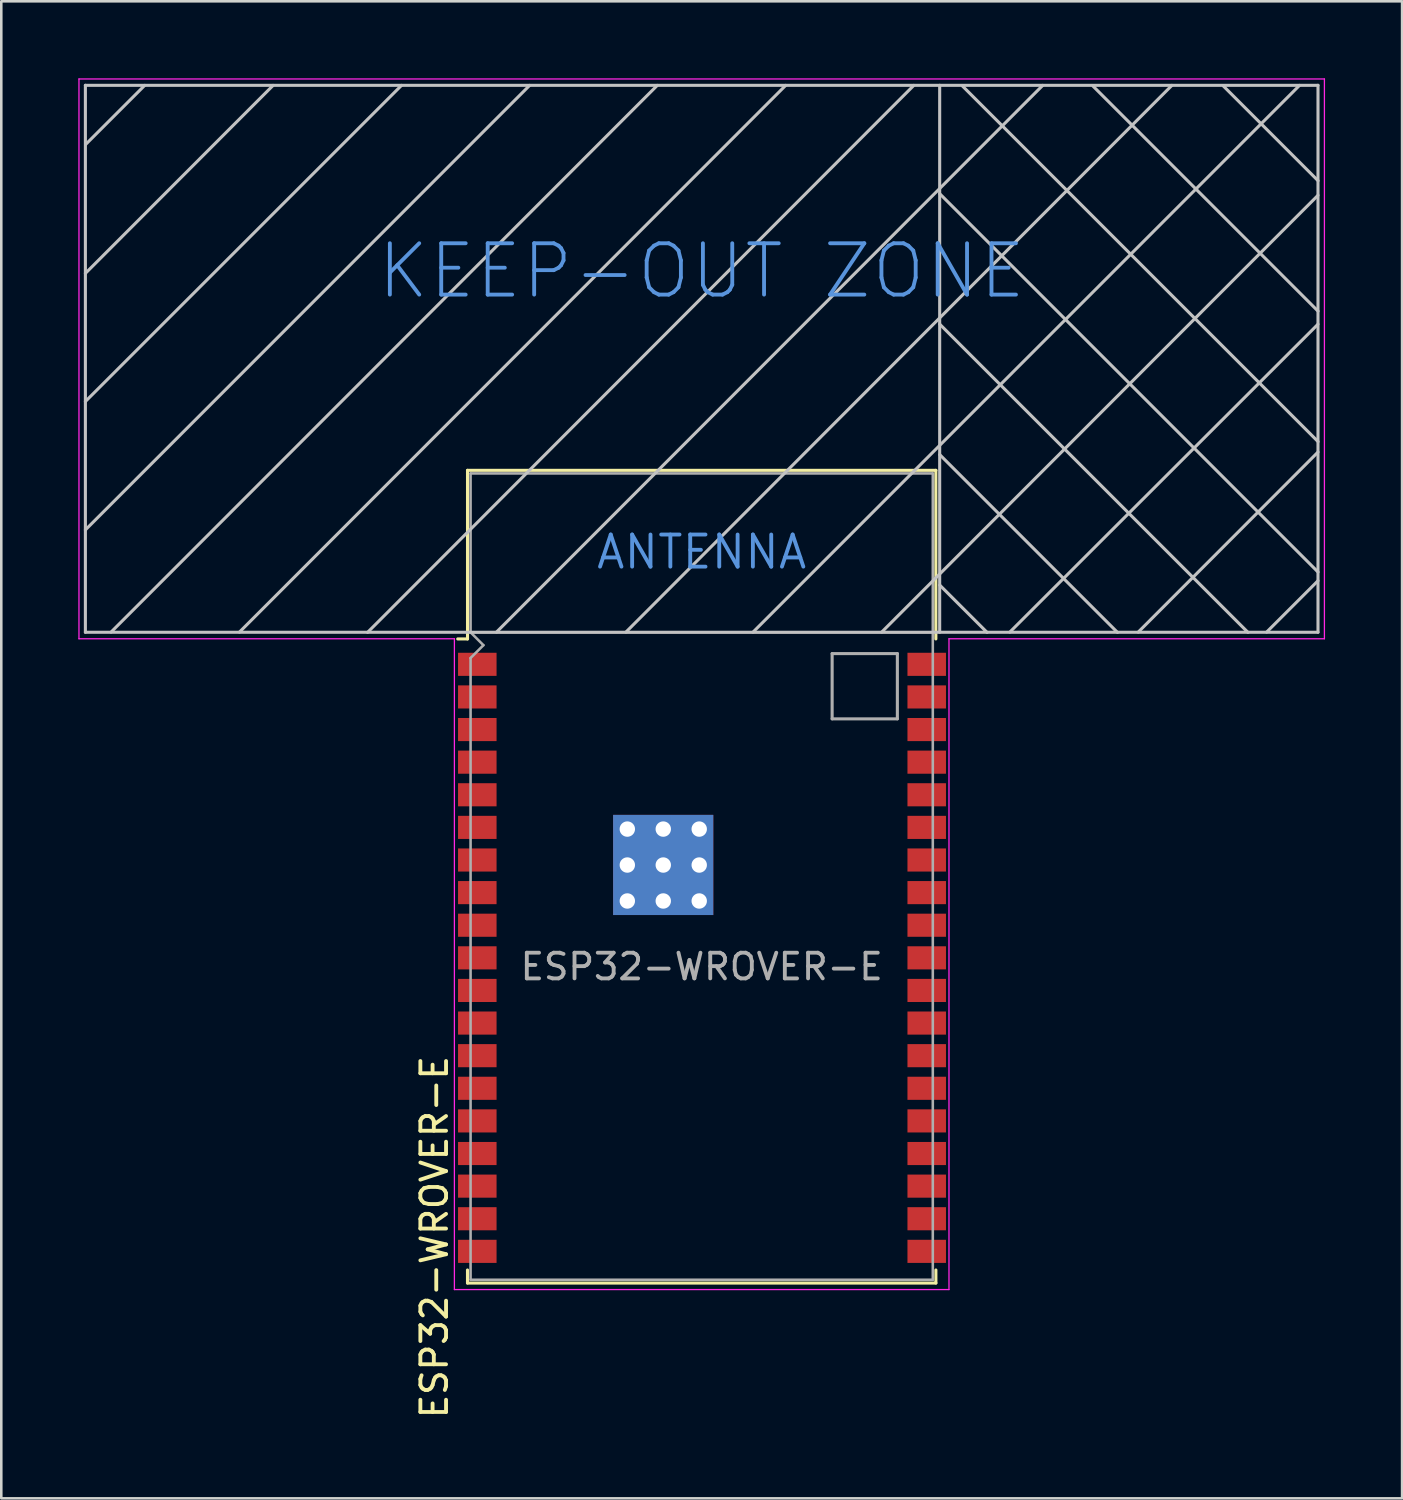
<source format=kicad_pcb>
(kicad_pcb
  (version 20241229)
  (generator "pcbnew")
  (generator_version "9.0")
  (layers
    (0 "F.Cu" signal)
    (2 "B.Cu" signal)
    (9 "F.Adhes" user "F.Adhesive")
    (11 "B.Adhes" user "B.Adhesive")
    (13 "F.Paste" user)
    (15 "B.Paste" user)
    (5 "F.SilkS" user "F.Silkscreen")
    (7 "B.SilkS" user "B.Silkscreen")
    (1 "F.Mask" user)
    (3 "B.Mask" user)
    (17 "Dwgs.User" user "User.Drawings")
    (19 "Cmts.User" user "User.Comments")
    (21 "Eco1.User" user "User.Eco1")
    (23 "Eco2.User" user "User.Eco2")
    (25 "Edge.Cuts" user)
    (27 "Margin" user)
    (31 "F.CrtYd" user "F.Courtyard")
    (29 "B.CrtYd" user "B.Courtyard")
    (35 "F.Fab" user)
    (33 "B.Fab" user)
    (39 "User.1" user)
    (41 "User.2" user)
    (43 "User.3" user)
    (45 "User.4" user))
  (footprint "ESP32-WROVER-E"
    (layer "F.Cu")
    (at 24.275 34.595)
    (property "Reference" "ESP32-WROVER-E" (at -10.41 10.53 90) (layer "F.SilkS") (effects (font (size 1 1) (thickness 0.15))))
    (attr smd)
    (fp_line (start -9.12 11.811) (end -9.12 12.319) (stroke (width 0.12) (type solid)) (layer "F.SilkS"))
    (fp_line (start -9.12 12.319) (end 9.12 12.319) (stroke (width 0.12) (type solid)) (layer "F.SilkS"))
    (fp_line (start -9.119 -19.329) (end 9.119 -19.329) (stroke (width 0.12) (type solid)) (layer "F.SilkS"))
    (fp_line (start -9.119 -12.764) (end -9.5 -12.764) (stroke (width 0.12) (type solid)) (layer "F.SilkS"))
    (fp_line (start -9.119 -12.764) (end -9.119 -19.329) (stroke (width 0.12) (type solid)) (layer "F.SilkS"))
    (fp_line (start 9.119 -12.764) (end 9.119 -19.329) (stroke (width 0.12) (type solid)) (layer "F.SilkS"))
    (fp_line (start 9.12 11.811) (end 9.12 12.319) (stroke (width 0.12) (type solid)) (layer "F.SilkS"))
    (fp_line (start -24 -34.323) (end -24 -13.023) (stroke (width 0.12) (type solid)) (layer "Dwgs.User"))
    (fp_line (start -24 -34.323) (end 24 -34.323) (stroke (width 0.12) (type solid)) (layer "Dwgs.User"))
    (fp_line (start -24 -13.023) (end 24 -13.023) (stroke (width 0.12) (type solid)) (layer "Dwgs.User"))
    (fp_line (start -21.69 -34.32) (end -23.99 -32.02) (stroke (width 0.12) (type solid)) (layer "Dwgs.User"))
    (fp_line (start -16.69 -34.32) (end -24 -27) (stroke (width 0.12) (type solid)) (layer "Dwgs.User"))
    (fp_line (start -11.69 -34.32) (end -24 -22.01) (stroke (width 0.12) (type solid)) (layer "Dwgs.User"))
    (fp_line (start -6.7 -34.32) (end -24 -17.01) (stroke (width 0.12) (type solid)) (layer "Dwgs.User"))
    (fp_line (start -1.73 -34.32) (end -23 -13.03) (stroke (width 0.12) (type solid)) (layer "Dwgs.User"))
    (fp_line (start 3.27 -34.32) (end -18 -13.03) (stroke (width 0.12) (type solid)) (layer "Dwgs.User"))
    (fp_line (start 8.26 -34.32) (end -13.01 -13.02) (stroke (width 0.12) (type solid)) (layer "Dwgs.User"))
    (fp_line (start 9.268 -34.323) (end 9.268 -13.023) (stroke (width 0.12) (type solid)) (layer "Dwgs.User"))
    (fp_line (start 9.271 -25.019) (end 21.273 -13.018) (stroke (width 0.12) (type solid)) (layer "Dwgs.User"))
    (fp_line (start 9.271 -19.939) (end 16.192 -13.018) (stroke (width 0.12) (type solid)) (layer "Dwgs.User"))
    (fp_line (start 11.113 -13.018) (end 9.271 -14.859) (stroke (width 0.12) (type solid)) (layer "Dwgs.User"))
    (fp_line (start 13.28 -34.32) (end -7.99 -13.03) (stroke (width 0.12) (type solid)) (layer "Dwgs.User"))
    (fp_line (start 15.24 -34.29) (end 24.003 -25.527) (stroke (width 0.12) (type solid)) (layer "Dwgs.User"))
    (fp_line (start 18.31 -34.32) (end -2.95 -13.03) (stroke (width 0.12) (type solid)) (layer "Dwgs.User"))
    (fp_line (start 20.32 -34.29) (end 24.003 -30.607) (stroke (width 0.12) (type solid)) (layer "Dwgs.User"))
    (fp_line (start 23.28 -34.32) (end 2 -13.03) (stroke (width 0.12) (type solid)) (layer "Dwgs.User"))
    (fp_line (start 24 -34.323) (end 24 -13.023) (stroke (width 0.12) (type solid)) (layer "Dwgs.User"))
    (fp_line (start 24 -30.04) (end 7.01 -13.03) (stroke (width 0.12) (type solid)) (layer "Dwgs.User"))
    (fp_line (start 24 -25.02) (end 12 -13.03) (stroke (width 0.12) (type solid)) (layer "Dwgs.User"))
    (fp_line (start 24 -20.04) (end 17 -13.03) (stroke (width 0.12) (type solid)) (layer "Dwgs.User"))
    (fp_line (start 24 -15.03) (end 22 -13.03) (stroke (width 0.12) (type solid)) (layer "Dwgs.User"))
    (fp_line (start 24.003 -20.447) (end 10.16 -34.29) (stroke (width 0.12) (type solid)) (layer "Dwgs.User"))
    (fp_line (start 24.003 -15.367) (end 9.271 -30.099) (stroke (width 0.12) (type solid)) (layer "Dwgs.User"))
    (fp_line (start -24.25 -34.57) (end -24.25 -12.77) (stroke (width 0.05) (type solid)) (layer "F.CrtYd"))
    (fp_line (start -24.25 -12.77) (end -9.63 -12.77) (stroke (width 0.05) (type solid)) (layer "F.CrtYd"))
    (fp_line (start -9.63 -12.77) (end -9.63 12.573) (stroke (width 0.05) (type solid)) (layer "F.CrtYd"))
    (fp_line (start -9.63 12.573) (end 9.63 12.573) (stroke (width 0.05) (type solid)) (layer "F.CrtYd"))
    (fp_line (start 9.63 -12.77) (end 24.25 -12.77) (stroke (width 0.05) (type solid)) (layer "F.CrtYd"))
    (fp_line (start 9.63 12.573) (end 9.63 -12.77) (stroke (width 0.05) (type solid)) (layer "F.CrtYd"))
    (fp_line (start 24.25 -34.57) (end -24.25 -34.57) (stroke (width 0.05) (type solid)) (layer "F.CrtYd"))
    (fp_line (start 24.25 -12.77) (end 24.25 -34.57) (stroke (width 0.05) (type solid)) (layer "F.CrtYd"))
    (fp_line (start -9 -19.208) (end -9 -13.02) (stroke (width 0.1) (type solid)) (layer "F.Fab"))
    (fp_line (start -9 -19.208) (end 9 -19.208) (stroke (width 0.1) (type solid)) (layer "F.Fab"))
    (fp_line (start -9 -12.02) (end -9 12.192) (stroke (width 0.1) (type solid)) (layer "F.Fab"))
    (fp_line (start -9 -12.02) (end -8.5 -12.52) (stroke (width 0.1) (type solid)) (layer "F.Fab"))
    (fp_line (start -9 12.192) (end 9 12.192) (stroke (width 0.1) (type solid)) (layer "F.Fab"))
    (fp_line (start -8.5 -12.52) (end -9 -13.02) (stroke (width 0.1) (type solid)) (layer "F.Fab"))
    (fp_line (start 5.08 -12.192) (end 5.08 -9.652) (stroke (width 0.12) (type solid)) (layer "F.Fab"))
    (fp_line (start 5.08 -9.652) (end 7.62 -9.652) (stroke (width 0.12) (type solid)) (layer "F.Fab"))
    (fp_line (start 7.62 -12.192) (end 5.08 -12.192) (stroke (width 0.12) (type solid)) (layer "F.Fab"))
    (fp_line (start 7.62 -9.652) (end 7.62 -12.192) (stroke (width 0.12) (type solid)) (layer "F.Fab"))
    (fp_line (start 9 -19.208) (end 9 12.192) (stroke (width 0.1) (type solid)) (layer "F.Fab"))
    (fp_line (start 9 -13.023) (end -9 -13.023) (stroke (width 0.1) (type solid)) (layer "F.Fab"))
    (fp_text user "ANTENNA" (at 0 -16.15 0) (layer "Cmts.User") (effects (font (size 1.25 1.25) (thickness 0.15))))
    (fp_text user "KEEP-OUT ZONE" (at 0 -27.09 0) (layer "Cmts.User") (effects (font (size 2 2) (thickness 0.15))))
    (fp_text user "${REFERENCE}" (at 0 0 0) (layer "F.Fab") (effects (font (size 1 1) (thickness 0.15))))
    (pad "1" smd rect (at -8.738 -11.775) (size 1.5 0.9) (layers "F.Cu" "F.Mask" "F.Paste"))
    (pad "2" smd rect (at -8.738 -10.505) (size 1.5 0.9) (layers "F.Cu" "F.Mask" "F.Paste"))
    (pad "3" smd rect (at -8.738 -9.235) (size 1.5 0.9) (layers "F.Cu" "F.Mask" "F.Paste"))
    (pad "4" smd rect (at -8.738 -7.965) (size 1.5 0.9) (layers "F.Cu" "F.Mask" "F.Paste"))
    (pad "5" smd rect (at -8.738 -6.695) (size 1.5 0.9) (layers "F.Cu" "F.Mask" "F.Paste"))
    (pad "6" smd rect (at -8.738 -5.425) (size 1.5 0.9) (layers "F.Cu" "F.Mask" "F.Paste"))
    (pad "7" smd rect (at -8.738 -4.155) (size 1.5 0.9) (layers "F.Cu" "F.Mask" "F.Paste"))
    (pad "8" smd rect (at -8.738 -2.885) (size 1.5 0.9) (layers "F.Cu" "F.Mask" "F.Paste"))
    (pad "9" smd rect (at -8.738 -1.615) (size 1.5 0.9) (layers "F.Cu" "F.Mask" "F.Paste"))
    (pad "10" smd rect (at -8.738 -0.345) (size 1.5 0.9) (layers "F.Cu" "F.Mask" "F.Paste"))
    (pad "11" smd rect (at -8.738 0.925) (size 1.5 0.9) (layers "F.Cu" "F.Mask" "F.Paste"))
    (pad "12" smd rect (at -8.738 2.195) (size 1.5 0.9) (layers "F.Cu" "F.Mask" "F.Paste"))
    (pad "13" smd rect (at -8.738 3.465) (size 1.5 0.9) (layers "F.Cu" "F.Mask" "F.Paste"))
    (pad "14" smd rect (at -8.738 4.735) (size 1.5 0.9) (layers "F.Cu" "F.Mask" "F.Paste"))
    (pad "15" smd rect (at -8.738 6.005) (size 1.5 0.9) (layers "F.Cu" "F.Mask" "F.Paste"))
    (pad "16" smd rect (at -8.738 7.275) (size 1.5 0.9) (layers "F.Cu" "F.Mask" "F.Paste"))
    (pad "17" smd rect (at -8.738 8.545) (size 1.5 0.9) (layers "F.Cu" "F.Mask" "F.Paste"))
    (pad "18" smd rect (at -8.738 9.815) (size 1.5 0.9) (layers "F.Cu" "F.Mask" "F.Paste"))
    (pad "19" smd rect (at -8.738 11.085) (size 1.5 0.9) (layers "F.Cu" "F.Mask" "F.Paste"))
    (pad "20" smd rect (at 8.763 11.085) (size 1.5 0.9) (layers "F.Cu" "F.Mask" "F.Paste"))
    (pad "21" smd rect (at 8.763 9.815) (size 1.5 0.9) (layers "F.Cu" "F.Mask" "F.Paste"))
    (pad "22" smd rect (at 8.763 8.545) (size 1.5 0.9) (layers "F.Cu" "F.Mask" "F.Paste"))
    (pad "23" smd rect (at 8.763 7.275) (size 1.5 0.9) (layers "F.Cu" "F.Mask" "F.Paste"))
    (pad "24" smd rect (at 8.763 6.005) (size 1.5 0.9) (layers "F.Cu" "F.Mask" "F.Paste"))
    (pad "25" smd rect (at 8.763 4.735) (size 1.5 0.9) (layers "F.Cu" "F.Mask" "F.Paste"))
    (pad "26" smd rect (at 8.763 3.465) (size 1.5 0.9) (layers "F.Cu" "F.Mask" "F.Paste"))
    (pad "27" smd rect (at 8.763 2.195) (size 1.5 0.9) (layers "F.Cu" "F.Mask" "F.Paste"))
    (pad "28" smd rect (at 8.763 0.925) (size 1.5 0.9) (layers "F.Cu" "F.Mask" "F.Paste"))
    (pad "29" smd rect (at 8.763 -0.345) (size 1.5 0.9) (layers "F.Cu" "F.Mask" "F.Paste"))
    (pad "30" smd rect (at 8.763 -1.615) (size 1.5 0.9) (layers "F.Cu" "F.Mask" "F.Paste"))
    (pad "31" smd rect (at 8.763 -2.885) (size 1.5 0.9) (layers "F.Cu" "F.Mask" "F.Paste"))
    (pad "32" smd rect (at 8.763 -4.155) (size 1.5 0.9) (layers "F.Cu" "F.Mask" "F.Paste"))
    (pad "33" smd rect (at 8.763 -5.425) (size 1.5 0.9) (layers "F.Cu" "F.Mask" "F.Paste"))
    (pad "34" smd rect (at 8.763 -6.695) (size 1.5 0.9) (layers "F.Cu" "F.Mask" "F.Paste"))
    (pad "35" smd rect (at 8.763 -7.965) (size 1.5 0.9) (layers "F.Cu" "F.Mask" "F.Paste"))
    (pad "36" smd rect (at 8.763 -9.235) (size 1.5 0.9) (layers "F.Cu" "F.Mask" "F.Paste"))
    (pad "37" smd rect (at 8.763 -10.505) (size 1.5 0.9) (layers "F.Cu" "F.Mask" "F.Paste"))
    (pad "38" smd rect (at 8.763 -11.775) (size 1.5 0.9) (layers "F.Cu" "F.Mask" "F.Paste"))
    (pad "39" thru_hole rect (at -2.896 -5.359) (size 1 1) (drill 0.6) (layers "*.Cu" "*.Mask"))
    (pad "39" thru_hole rect (at -2.896 -3.959) (size 1 1) (drill 0.6) (layers "*.Cu" "*.Mask"))
    (pad "39" thru_hole rect (at -2.896 -2.559) (size 1 1) (drill 0.6) (layers "*.Cu" "*.Mask"))
    (pad "39" smd rect (at -1.499 -3.962) (size 3.9 3.9) (layers "F.Cu"))
    (pad "39" smd rect (at -1.499 -3.962) (size 3.9 3.9) (layers "B.Cu" "B.Mask"))
    (pad "39" thru_hole rect (at -1.496 -5.359) (size 1 1) (drill 0.6) (layers "*.Cu" "*.Mask"))
    (pad "39" thru_hole rect (at -1.496 -3.959) (size 1 1) (drill 0.6) (layers "*.Cu" "*.Mask"))
    (pad "39" thru_hole rect (at -1.496 -2.559) (size 1 1) (drill 0.6) (layers "*.Cu" "*.Mask"))
    (pad "39" thru_hole rect (at -0.096 -5.359) (size 1 1) (drill 0.6) (layers "*.Cu" "*.Mask"))
    (pad "39" thru_hole rect (at -0.096 -3.959) (size 1 1) (drill 0.6) (layers "*.Cu" "*.Mask"))
    (pad "39" thru_hole rect (at -0.096 -2.559) (size 1 1) (drill 0.6) (layers "*.Cu" "*.Mask")))
  (gr_rect
    (start -3 -3)
    (end 51.55 55.298)
    (stroke (width 0.1) (type default))
    (fill no)
    (layer "Edge.Cuts")))
</source>
